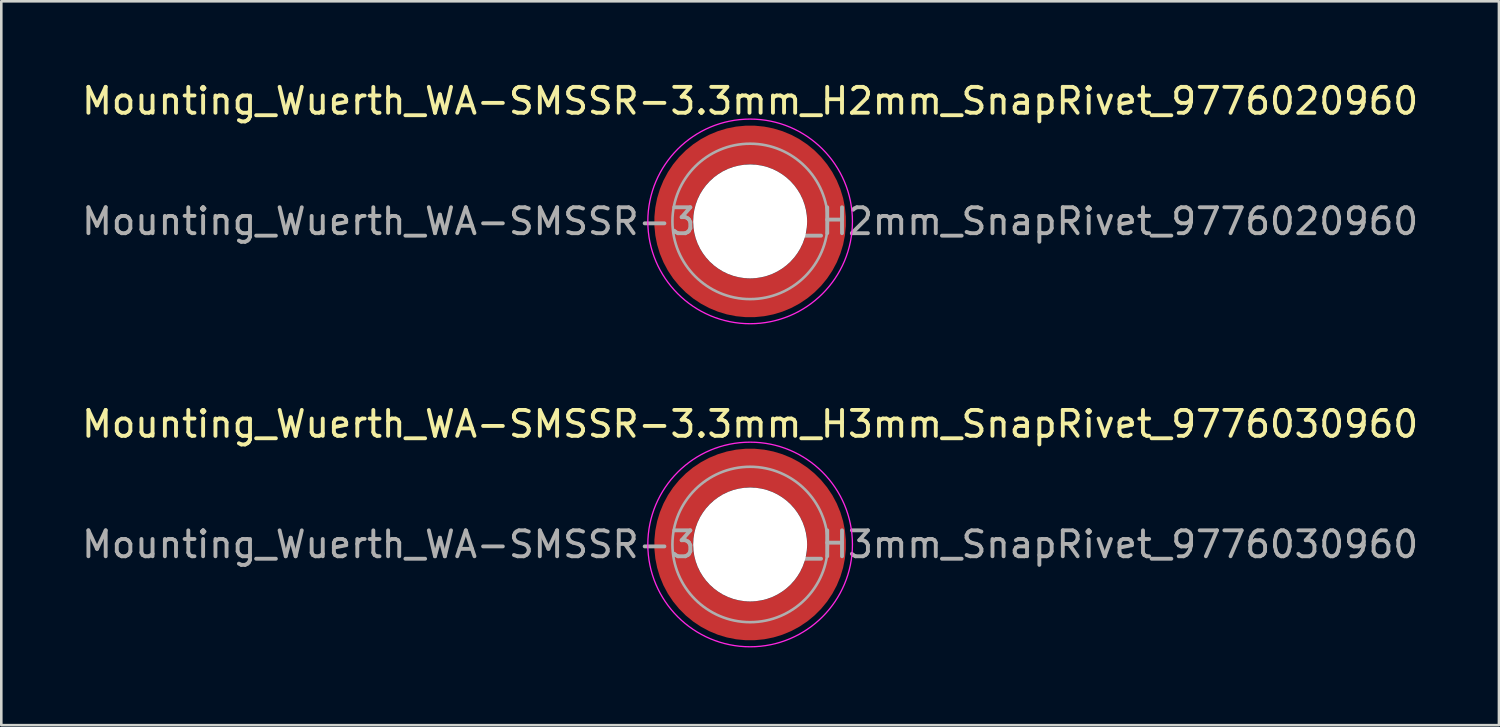
<source format=kicad_pcb>
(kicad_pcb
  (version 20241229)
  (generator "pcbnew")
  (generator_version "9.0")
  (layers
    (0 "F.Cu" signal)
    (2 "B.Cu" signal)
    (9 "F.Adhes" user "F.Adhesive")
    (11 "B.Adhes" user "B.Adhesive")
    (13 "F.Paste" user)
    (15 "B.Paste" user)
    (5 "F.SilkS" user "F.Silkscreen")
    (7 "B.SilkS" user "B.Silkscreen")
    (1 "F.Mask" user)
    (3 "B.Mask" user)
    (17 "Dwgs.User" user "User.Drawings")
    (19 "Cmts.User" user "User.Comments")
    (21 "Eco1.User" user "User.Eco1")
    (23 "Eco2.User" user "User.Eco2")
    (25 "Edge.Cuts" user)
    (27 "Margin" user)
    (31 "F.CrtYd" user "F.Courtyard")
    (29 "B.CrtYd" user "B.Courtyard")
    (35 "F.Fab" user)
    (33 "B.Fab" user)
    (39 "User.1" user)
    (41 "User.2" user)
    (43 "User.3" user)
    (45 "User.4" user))
  (footprint "Mounting_Wuerth_WA-SMSSR-3.3mm_H2mm_SnapRivet_9776020960"
    (layer "F.Cu")
    (at 25.911 5.498)
    (property "Reference" "Mounting_Wuerth_WA-SMSSR-3.3mm_H2mm_SnapRivet_9776020960" (at 0 -4.65 0) (layer "F.SilkS") (effects (font (size 1 1) (thickness 0.15))))
    (attr smd)
    (fp_circle (center 0 0) (end 3.95 0) (stroke (width 0.05) (type solid)) (fill no) (layer "F.CrtYd"))
    (fp_circle (center 0 0) (end 3 0) (stroke (width 0.1) (type solid)) (fill no) (layer "F.Fab"))
    (fp_text user "${REFERENCE}" (at 0 0 0) (layer "F.Fab") (effects (font (size 1 1) (thickness 0.15))))
    (pad "" smd custom (at -2.077 -2.077) (size 0.995 0.995) (layers "F.Paste") (options (anchor circle)) (primitives (gr_arc (start -0.208831 1.577126) (mid 0.422496 0.422496) (end 1.577126 -0.208831) (width 0.2)) (gr_arc (start -0.310669 1.577126) (mid 0.35208 0.35208) (end 1.577126 -0.310669) (width 0.2)) (gr_arc (start -0.412325 1.577126) (mid 0.281664 0.281664) (end 1.577126 -0.412325) (width 0.2)) (gr_arc (start -0.51382 1.577126) (mid 0.211248 0.211248) (end 1.577126 -0.51382) (width 0.2)) (gr_arc (start -0.615172 1.577126) (mid 0.140832 0.140832) (end 1.577126 -0.615172) (width 0.2)) (gr_arc (start -0.716397 1.577126) (mid 0.070416 0.070416) (end 1.577126 -0.716397) (width 0.2)) (gr_arc (start -0.817508 1.577126) (mid 0 0) (end 1.577126 -0.817508) (width 0.2)) (gr_arc (start -0.918517 1.577126) (mid -0.070416 -0.070416) (end 1.577126 -0.918517) (width 0.2)) (gr_arc (start -1.019433 1.577126) (mid -0.140832 -0.140832) (end 1.577126 -1.019433) (width 0.2)) (gr_arc (start -1.120266 1.577126) (mid -0.211248 -0.211248) (end 1.577126 -1.120266) (width 0.2)) (gr_arc (start -1.221022 1.577126) (mid -0.281664 -0.281664) (end 1.577126 -1.221022) (width 0.2)) (gr_arc (start -1.32171 1.577126) (mid -0.35208 -0.35208) (end 1.577126 -1.32171) (width 0.2)) (gr_arc (start -1.422335 1.577126) (mid -0.422497 -0.422497) (end 1.577126 -1.422335) (width 0.2)) (gr_line (start 1.577 -0.209) (end 1.577 -1.422) (width 0.2)) (gr_line (start -0.209 1.577) (end -1.422 1.577) (width 0.2))))
    (pad "" smd custom (at -2.077 2.077) (size 0.995 0.995) (layers "F.Paste") (options (anchor circle)) (primitives (gr_arc (start 1.577126 0.208831) (mid 0.422496 -0.422496) (end -0.208831 -1.577126) (width 0.2)) (gr_arc (start 1.577126 0.310669) (mid 0.35208 -0.35208) (end -0.310669 -1.577126) (width 0.2)) (gr_arc (start 1.577126 0.412325) (mid 0.281664 -0.281664) (end -0.412325 -1.577126) (width 0.2)) (gr_arc (start 1.577126 0.51382) (mid 0.211248 -0.211248) (end -0.51382 -1.577126) (width 0.2)) (gr_arc (start 1.577126 0.615172) (mid 0.140832 -0.140832) (end -0.615172 -1.577126) (width 0.2)) (gr_arc (start 1.577126 0.716397) (mid 0.070416 -0.070416) (end -0.716397 -1.577126) (width 0.2)) (gr_arc (start 1.577126 0.817508) (mid 0 0) (end -0.817508 -1.577126) (width 0.2)) (gr_arc (start 1.577126 0.918517) (mid -0.070416 0.070416) (end -0.918517 -1.577126) (width 0.2)) (gr_arc (start 1.577126 1.019433) (mid -0.140832 0.140832) (end -1.019433 -1.577126) (width 0.2)) (gr_arc (start 1.577126 1.120266) (mid -0.211248 0.211248) (end -1.120266 -1.577126) (width 0.2)) (gr_arc (start 1.577126 1.221022) (mid -0.281664 0.281664) (end -1.221022 -1.577126) (width 0.2)) (gr_arc (start 1.577126 1.32171) (mid -0.35208 0.35208) (end -1.32171 -1.577126) (width 0.2)) (gr_arc (start 1.577126 1.422335) (mid -0.422497 0.422497) (end -1.422335 -1.577126) (width 0.2)) (gr_line (start -0.209 -1.577) (end -1.422 -1.577) (width 0.2)) (gr_line (start 1.577 0.209) (end 1.577 1.422) (width 0.2))))
    (pad "" np_thru_hole circle (at 0 0) (size 4.4 4.4) (drill 4.4) (layers "*.Cu" "*.Mask"))
    (pad "" smd custom (at 2.077 -2.077) (size 0.995 0.995) (layers "F.Paste") (options (anchor circle)) (primitives (gr_arc (start -1.577126 -0.208831) (mid -0.422496 0.422496) (end 0.208831 1.577126) (width 0.2)) (gr_arc (start -1.577126 -0.310669) (mid -0.35208 0.35208) (end 0.310669 1.577126) (width 0.2)) (gr_arc (start -1.577126 -0.412325) (mid -0.281664 0.281664) (end 0.412325 1.577126) (width 0.2)) (gr_arc (start -1.577126 -0.51382) (mid -0.211248 0.211248) (end 0.51382 1.577126) (width 0.2)) (gr_arc (start -1.577126 -0.615172) (mid -0.140832 0.140832) (end 0.615172 1.577126) (width 0.2)) (gr_arc (start -1.577126 -0.716397) (mid -0.070416 0.070416) (end 0.716397 1.577126) (width 0.2)) (gr_arc (start -1.577126 -0.817508) (mid 0 0) (end 0.817508 1.577126) (width 0.2)) (gr_arc (start -1.577126 -0.918517) (mid 0.070416 -0.070416) (end 0.918517 1.577126) (width 0.2)) (gr_arc (start -1.577126 -1.019433) (mid 0.140832 -0.140832) (end 1.019433 1.577126) (width 0.2)) (gr_arc (start -1.577126 -1.120266) (mid 0.211248 -0.211248) (end 1.120266 1.577126) (width 0.2)) (gr_arc (start -1.577126 -1.221022) (mid 0.281664 -0.281664) (end 1.221022 1.577126) (width 0.2)) (gr_arc (start -1.577126 -1.32171) (mid 0.35208 -0.35208) (end 1.32171 1.577126) (width 0.2)) (gr_arc (start -1.577126 -1.422335) (mid 0.422497 -0.422497) (end 1.422335 1.577126) (width 0.2)) (gr_line (start 0.209 1.577) (end 1.422 1.577) (width 0.2)) (gr_line (start -1.577 -0.209) (end -1.577 -1.422) (width 0.2))))
    (pad "" smd custom (at 2.077 2.077) (size 0.995 0.995) (layers "F.Paste") (options (anchor circle)) (primitives (gr_arc (start 0.208831 -1.577126) (mid -0.422496 -0.422496) (end -1.577126 0.208831) (width 0.2)) (gr_arc (start 0.310669 -1.577126) (mid -0.35208 -0.35208) (end -1.577126 0.310669) (width 0.2)) (gr_arc (start 0.412325 -1.577126) (mid -0.281664 -0.281664) (end -1.577126 0.412325) (width 0.2)) (gr_arc (start 0.51382 -1.577126) (mid -0.211248 -0.211248) (end -1.577126 0.51382) (width 0.2)) (gr_arc (start 0.615172 -1.577126) (mid -0.140832 -0.140832) (end -1.577126 0.615172) (width 0.2)) (gr_arc (start 0.716397 -1.577126) (mid -0.070416 -0.070416) (end -1.577126 0.716397) (width 0.2)) (gr_arc (start 0.817508 -1.577126) (mid 0 0) (end -1.577126 0.817508) (width 0.2)) (gr_arc (start 0.918517 -1.577126) (mid 0.070416 0.070416) (end -1.577126 0.918517) (width 0.2)) (gr_arc (start 1.019433 -1.577126) (mid 0.140832 0.140832) (end -1.577126 1.019433) (width 0.2)) (gr_arc (start 1.120266 -1.577126) (mid 0.211248 0.211248) (end -1.577126 1.120266) (width 0.2)) (gr_arc (start 1.221022 -1.577126) (mid 0.281664 0.281664) (end -1.577126 1.221022) (width 0.2)) (gr_arc (start 1.32171 -1.577126) (mid 0.35208 0.35208) (end -1.577126 1.32171) (width 0.2)) (gr_arc (start 1.422335 -1.577126) (mid 0.422497 0.422497) (end -1.577126 1.422335) (width 0.2)) (gr_line (start -1.577 0.209) (end -1.577 1.422) (width 0.2)) (gr_line (start 0.209 -1.577) (end 1.422 -1.577) (width 0.2))))
    (pad "1" smd circle (at -2.95 0) (size 1.1 1.1) (layers "F.Cu"))
    (pad "1" smd circle (at 0 -2.95) (size 1.1 1.1) (layers "F.Cu"))
    (pad "1" smd circle (at 0 2.95) (size 1.1 1.1) (layers "F.Cu"))
    (pad "1" smd custom (at 2.95 0) (size 1.1 1.1) (layers "F.Cu" "F.Mask") (options (anchor circle)) (primitives (gr_circle (center -2.95 0) (end 0 0) (width 1.5) (fill no)))))
  (footprint "Mounting_Wuerth_WA-SMSSR-3.3mm_H3mm_SnapRivet_9776030960"
    (layer "F.Cu")
    (at 25.911 17.971)
    (property "Reference" "Mounting_Wuerth_WA-SMSSR-3.3mm_H3mm_SnapRivet_9776030960" (at 0 -4.65 0) (layer "F.SilkS") (effects (font (size 1 1) (thickness 0.15))))
    (attr smd)
    (fp_circle (center 0 0) (end 3.95 0) (stroke (width 0.05) (type solid)) (fill no) (layer "F.CrtYd"))
    (fp_circle (center 0 0) (end 3 0) (stroke (width 0.1) (type solid)) (fill no) (layer "F.Fab"))
    (fp_text user "${REFERENCE}" (at 0 0 0) (layer "F.Fab") (effects (font (size 1 1) (thickness 0.15))))
    (pad "" smd custom (at -2.077 -2.077) (size 0.995 0.995) (layers "F.Paste") (options (anchor circle)) (primitives (gr_arc (start -0.208831 1.577126) (mid 0.422496 0.422496) (end 1.577126 -0.208831) (width 0.2)) (gr_arc (start -0.310669 1.577126) (mid 0.35208 0.35208) (end 1.577126 -0.310669) (width 0.2)) (gr_arc (start -0.412325 1.577126) (mid 0.281664 0.281664) (end 1.577126 -0.412325) (width 0.2)) (gr_arc (start -0.51382 1.577126) (mid 0.211248 0.211248) (end 1.577126 -0.51382) (width 0.2)) (gr_arc (start -0.615172 1.577126) (mid 0.140832 0.140832) (end 1.577126 -0.615172) (width 0.2)) (gr_arc (start -0.716397 1.577126) (mid 0.070416 0.070416) (end 1.577126 -0.716397) (width 0.2)) (gr_arc (start -0.817508 1.577126) (mid 0 0) (end 1.577126 -0.817508) (width 0.2)) (gr_arc (start -0.918517 1.577126) (mid -0.070416 -0.070416) (end 1.577126 -0.918517) (width 0.2)) (gr_arc (start -1.019433 1.577126) (mid -0.140832 -0.140832) (end 1.577126 -1.019433) (width 0.2)) (gr_arc (start -1.120266 1.577126) (mid -0.211248 -0.211248) (end 1.577126 -1.120266) (width 0.2)) (gr_arc (start -1.221022 1.577126) (mid -0.281664 -0.281664) (end 1.577126 -1.221022) (width 0.2)) (gr_arc (start -1.32171 1.577126) (mid -0.35208 -0.35208) (end 1.577126 -1.32171) (width 0.2)) (gr_arc (start -1.422335 1.577126) (mid -0.422497 -0.422497) (end 1.577126 -1.422335) (width 0.2)) (gr_line (start 1.577 -0.209) (end 1.577 -1.422) (width 0.2)) (gr_line (start -0.209 1.577) (end -1.422 1.577) (width 0.2))))
    (pad "" smd custom (at -2.077 2.077) (size 0.995 0.995) (layers "F.Paste") (options (anchor circle)) (primitives (gr_arc (start 1.577126 0.208831) (mid 0.422496 -0.422496) (end -0.208831 -1.577126) (width 0.2)) (gr_arc (start 1.577126 0.310669) (mid 0.35208 -0.35208) (end -0.310669 -1.577126) (width 0.2)) (gr_arc (start 1.577126 0.412325) (mid 0.281664 -0.281664) (end -0.412325 -1.577126) (width 0.2)) (gr_arc (start 1.577126 0.51382) (mid 0.211248 -0.211248) (end -0.51382 -1.577126) (width 0.2)) (gr_arc (start 1.577126 0.615172) (mid 0.140832 -0.140832) (end -0.615172 -1.577126) (width 0.2)) (gr_arc (start 1.577126 0.716397) (mid 0.070416 -0.070416) (end -0.716397 -1.577126) (width 0.2)) (gr_arc (start 1.577126 0.817508) (mid 0 0) (end -0.817508 -1.577126) (width 0.2)) (gr_arc (start 1.577126 0.918517) (mid -0.070416 0.070416) (end -0.918517 -1.577126) (width 0.2)) (gr_arc (start 1.577126 1.019433) (mid -0.140832 0.140832) (end -1.019433 -1.577126) (width 0.2)) (gr_arc (start 1.577126 1.120266) (mid -0.211248 0.211248) (end -1.120266 -1.577126) (width 0.2)) (gr_arc (start 1.577126 1.221022) (mid -0.281664 0.281664) (end -1.221022 -1.577126) (width 0.2)) (gr_arc (start 1.577126 1.32171) (mid -0.35208 0.35208) (end -1.32171 -1.577126) (width 0.2)) (gr_arc (start 1.577126 1.422335) (mid -0.422497 0.422497) (end -1.422335 -1.577126) (width 0.2)) (gr_line (start -0.209 -1.577) (end -1.422 -1.577) (width 0.2)) (gr_line (start 1.577 0.209) (end 1.577 1.422) (width 0.2))))
    (pad "" np_thru_hole circle (at 0 0) (size 4.4 4.4) (drill 4.4) (layers "*.Cu" "*.Mask"))
    (pad "" smd custom (at 2.077 -2.077) (size 0.995 0.995) (layers "F.Paste") (options (anchor circle)) (primitives (gr_arc (start -1.577126 -0.208831) (mid -0.422496 0.422496) (end 0.208831 1.577126) (width 0.2)) (gr_arc (start -1.577126 -0.310669) (mid -0.35208 0.35208) (end 0.310669 1.577126) (width 0.2)) (gr_arc (start -1.577126 -0.412325) (mid -0.281664 0.281664) (end 0.412325 1.577126) (width 0.2)) (gr_arc (start -1.577126 -0.51382) (mid -0.211248 0.211248) (end 0.51382 1.577126) (width 0.2)) (gr_arc (start -1.577126 -0.615172) (mid -0.140832 0.140832) (end 0.615172 1.577126) (width 0.2)) (gr_arc (start -1.577126 -0.716397) (mid -0.070416 0.070416) (end 0.716397 1.577126) (width 0.2)) (gr_arc (start -1.577126 -0.817508) (mid 0 0) (end 0.817508 1.577126) (width 0.2)) (gr_arc (start -1.577126 -0.918517) (mid 0.070416 -0.070416) (end 0.918517 1.577126) (width 0.2)) (gr_arc (start -1.577126 -1.019433) (mid 0.140832 -0.140832) (end 1.019433 1.577126) (width 0.2)) (gr_arc (start -1.577126 -1.120266) (mid 0.211248 -0.211248) (end 1.120266 1.577126) (width 0.2)) (gr_arc (start -1.577126 -1.221022) (mid 0.281664 -0.281664) (end 1.221022 1.577126) (width 0.2)) (gr_arc (start -1.577126 -1.32171) (mid 0.35208 -0.35208) (end 1.32171 1.577126) (width 0.2)) (gr_arc (start -1.577126 -1.422335) (mid 0.422497 -0.422497) (end 1.422335 1.577126) (width 0.2)) (gr_line (start 0.209 1.577) (end 1.422 1.577) (width 0.2)) (gr_line (start -1.577 -0.209) (end -1.577 -1.422) (width 0.2))))
    (pad "" smd custom (at 2.077 2.077) (size 0.995 0.995) (layers "F.Paste") (options (anchor circle)) (primitives (gr_arc (start 0.208831 -1.577126) (mid -0.422496 -0.422496) (end -1.577126 0.208831) (width 0.2)) (gr_arc (start 0.310669 -1.577126) (mid -0.35208 -0.35208) (end -1.577126 0.310669) (width 0.2)) (gr_arc (start 0.412325 -1.577126) (mid -0.281664 -0.281664) (end -1.577126 0.412325) (width 0.2)) (gr_arc (start 0.51382 -1.577126) (mid -0.211248 -0.211248) (end -1.577126 0.51382) (width 0.2)) (gr_arc (start 0.615172 -1.577126) (mid -0.140832 -0.140832) (end -1.577126 0.615172) (width 0.2)) (gr_arc (start 0.716397 -1.577126) (mid -0.070416 -0.070416) (end -1.577126 0.716397) (width 0.2)) (gr_arc (start 0.817508 -1.577126) (mid 0 0) (end -1.577126 0.817508) (width 0.2)) (gr_arc (start 0.918517 -1.577126) (mid 0.070416 0.070416) (end -1.577126 0.918517) (width 0.2)) (gr_arc (start 1.019433 -1.577126) (mid 0.140832 0.140832) (end -1.577126 1.019433) (width 0.2)) (gr_arc (start 1.120266 -1.577126) (mid 0.211248 0.211248) (end -1.577126 1.120266) (width 0.2)) (gr_arc (start 1.221022 -1.577126) (mid 0.281664 0.281664) (end -1.577126 1.221022) (width 0.2)) (gr_arc (start 1.32171 -1.577126) (mid 0.35208 0.35208) (end -1.577126 1.32171) (width 0.2)) (gr_arc (start 1.422335 -1.577126) (mid 0.422497 0.422497) (end -1.577126 1.422335) (width 0.2)) (gr_line (start -1.577 0.209) (end -1.577 1.422) (width 0.2)) (gr_line (start 0.209 -1.577) (end 1.422 -1.577) (width 0.2))))
    (pad "1" smd circle (at -2.95 0) (size 1.1 1.1) (layers "F.Cu"))
    (pad "1" smd circle (at 0 -2.95) (size 1.1 1.1) (layers "F.Cu"))
    (pad "1" smd circle (at 0 2.95) (size 1.1 1.1) (layers "F.Cu"))
    (pad "1" smd custom (at 2.95 0) (size 1.1 1.1) (layers "F.Cu" "F.Mask") (options (anchor circle)) (primitives (gr_circle (center -2.95 0) (end 0 0) (width 1.5) (fill no)))))
  (gr_rect
    (start -3 -3)
    (end 54.821 24.947)
    (stroke (width 0.1) (type default))
    (fill no)
    (layer "Edge.Cuts")))
</source>
